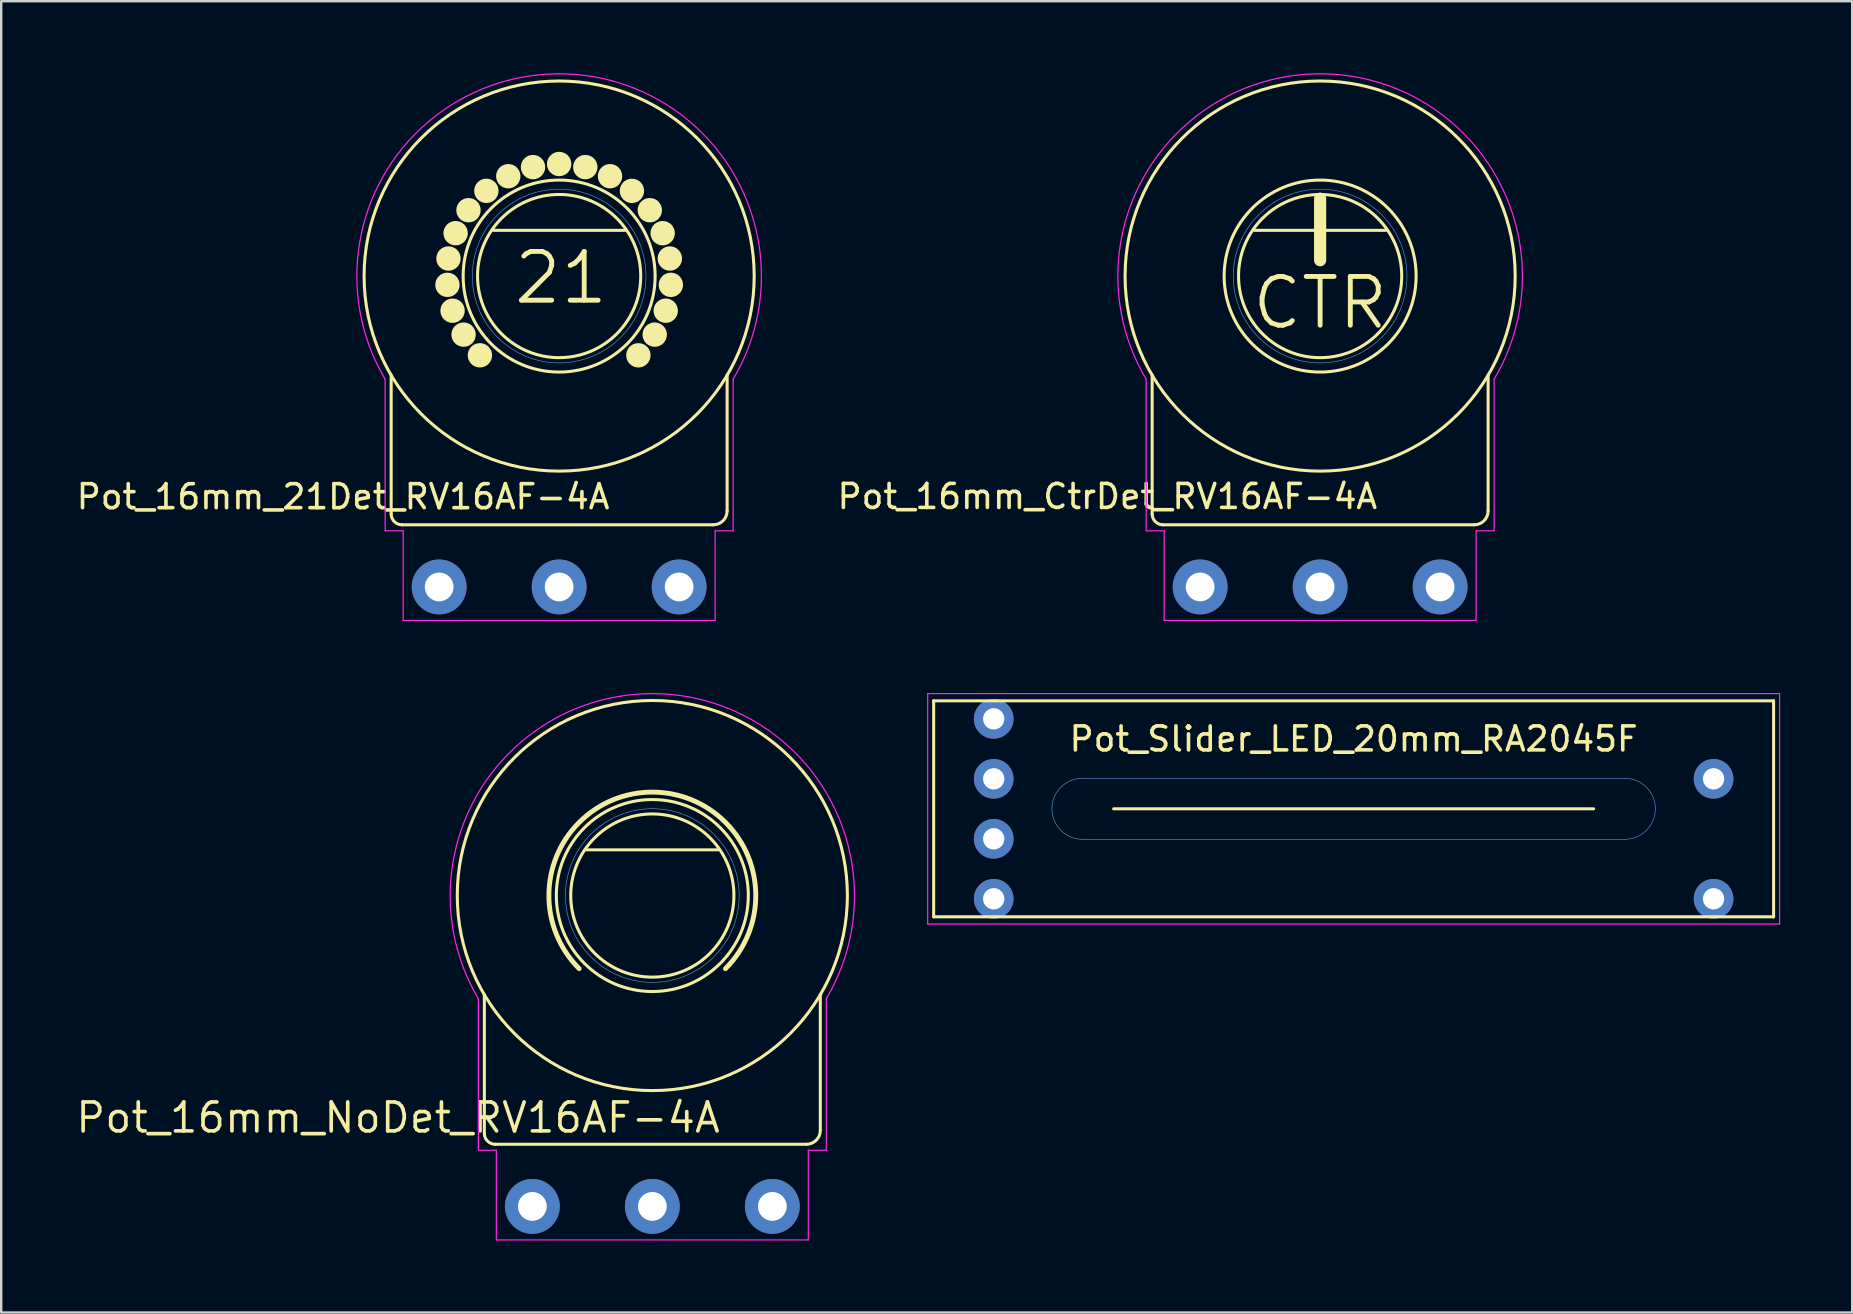
<source format=kicad_pcb>
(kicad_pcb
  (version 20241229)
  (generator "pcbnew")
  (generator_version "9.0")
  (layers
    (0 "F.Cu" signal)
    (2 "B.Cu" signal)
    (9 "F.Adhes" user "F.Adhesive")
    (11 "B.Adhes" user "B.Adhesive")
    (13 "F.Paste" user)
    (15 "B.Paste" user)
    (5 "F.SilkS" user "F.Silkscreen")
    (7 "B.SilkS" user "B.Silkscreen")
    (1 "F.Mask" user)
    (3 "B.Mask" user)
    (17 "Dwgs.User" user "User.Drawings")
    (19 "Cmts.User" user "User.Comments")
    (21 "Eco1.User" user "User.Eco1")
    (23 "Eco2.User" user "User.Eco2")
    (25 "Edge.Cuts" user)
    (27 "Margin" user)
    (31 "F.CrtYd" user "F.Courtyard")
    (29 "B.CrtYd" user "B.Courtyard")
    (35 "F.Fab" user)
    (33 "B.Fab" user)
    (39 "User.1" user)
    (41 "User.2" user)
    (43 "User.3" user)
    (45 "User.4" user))
  (footprint "Pot_16mm_21Det_RV16AF-4A"
    (layer "F.Cu")
    (at 20.25 8.454)
    (property "Reference" "Pot_16mm_21Det_RV16AF-4A" (at 2.19 8.61 0) (layer "F.SilkS") (effects (font (size 1 1) (thickness 0.15)) (justify right top)))
    (attr through_hole)
    (fp_line (start -7 4.127) (end -7 9.912) (stroke (width 0.127) (type solid)) (layer "F.SilkS"))
    (fp_line (start -6.547 10.365) (end 6.42 10.365) (stroke (width 0.127) (type solid)) (layer "F.SilkS"))
    (fp_line (start -2.738 -1.905) (end 2.738 -1.905) (stroke (width 0.127) (type solid)) (layer "F.SilkS"))
    (fp_line (start 7 9.785) (end 7 4.127) (stroke (width 0.127) (type solid)) (layer "F.SilkS"))
    (fp_arc (start -6.546894 10.365) (mid -6.867288 10.232288) (end -7 9.911894) (stroke (width 0.127) (type solid)) (layer "F.SilkS"))
    (fp_arc (start 7 9.784894) (mid 6.830091 10.195091) (end 6.419894 10.365) (stroke (width 0.127) (type solid)) (layer "F.SilkS"))
    (fp_circle (center -4.655 0.366) (end -4.655 0.62) (stroke (width 0.508) (type solid)) (fill no) (layer "F.SilkS"))
    (fp_circle (center -4.612 -0.731) (end -4.612 -0.477) (stroke (width 0.508) (type solid)) (fill no) (layer "F.SilkS"))
    (fp_circle (center -4.441 1.443) (end -4.441 1.697) (stroke (width 0.508) (type solid)) (fill no) (layer "F.SilkS"))
    (fp_circle (center -4.314 -1.787) (end -4.314 -1.533) (stroke (width 0.508) (type solid)) (fill no) (layer "F.SilkS"))
    (fp_circle (center -3.982 2.44) (end -3.982 2.694) (stroke (width 0.508) (type solid)) (fill no) (layer "F.SilkS"))
    (fp_circle (center -3.778 -2.745) (end -3.778 -2.491) (stroke (width 0.508) (type solid)) (fill no) (layer "F.SilkS"))
    (fp_circle (center -3.302 3.302) (end -3.302 3.556) (stroke (width 0.508) (type solid)) (fill no) (layer "F.SilkS"))
    (fp_circle (center -3.033 -3.551) (end -3.033 -3.297) (stroke (width 0.508) (type solid)) (fill no) (layer "F.SilkS"))
    (fp_circle (center -2.12 -4.161) (end -2.12 -3.907) (stroke (width 0.508) (type solid)) (fill no) (layer "F.SilkS"))
    (fp_circle (center -1.09 -4.541) (end -1.09 -4.287) (stroke (width 0.508) (type solid)) (fill no) (layer "F.SilkS"))
    (fp_circle (center 0 -4.67) (end 0 -4.416) (stroke (width 0.508) (type solid)) (fill no) (layer "F.SilkS"))
    (fp_circle (center 0 0) (end 3.4 0) (stroke (width 0.127) (type solid)) (fill no) (layer "F.SilkS"))
    (fp_circle (center 0 0) (end 4 0) (stroke (width 0.127) (type solid)) (fill no) (layer "F.SilkS"))
    (fp_circle (center 0 0) (end 8.128 0) (stroke (width 0.127) (type solid)) (fill no) (layer "F.SilkS"))
    (fp_circle (center 1.09 -4.541) (end 1.09 -4.287) (stroke (width 0.508) (type solid)) (fill no) (layer "F.SilkS"))
    (fp_circle (center 2.12 -4.161) (end 2.12 -3.907) (stroke (width 0.508) (type solid)) (fill no) (layer "F.SilkS"))
    (fp_circle (center 3.033 -3.551) (end 3.033 -3.297) (stroke (width 0.508) (type solid)) (fill no) (layer "F.SilkS"))
    (fp_circle (center 3.302 3.302) (end 3.302 3.556) (stroke (width 0.508) (type solid)) (fill no) (layer "F.SilkS"))
    (fp_circle (center 3.778 -2.745) (end 3.778 -2.491) (stroke (width 0.508) (type solid)) (fill no) (layer "F.SilkS"))
    (fp_circle (center 3.982 2.44) (end 3.982 2.694) (stroke (width 0.508) (type solid)) (fill no) (layer "F.SilkS"))
    (fp_circle (center 4.314 -1.787) (end 4.314 -1.533) (stroke (width 0.508) (type solid)) (fill no) (layer "F.SilkS"))
    (fp_circle (center 4.441 1.443) (end 4.441 1.697) (stroke (width 0.508) (type solid)) (fill no) (layer "F.SilkS"))
    (fp_circle (center 4.612 -0.731) (end 4.612 -0.477) (stroke (width 0.508) (type solid)) (fill no) (layer "F.SilkS"))
    (fp_circle (center 4.655 0.366) (end 4.655 0.62) (stroke (width 0.508) (type solid)) (fill no) (layer "F.SilkS"))
    (fp_circle (center 0 0) (end 3.619 0) (stroke (width 0.025) (type solid)) (fill no) (layer "Cmts.User"))
    (fp_line (start -7.25 4.3) (end -7.25 10.615) (stroke (width 0.05) (type solid)) (layer "F.CrtYd"))
    (fp_line (start -7.25 10.615) (end -6.5 10.615) (stroke (width 0.05) (type solid)) (layer "F.CrtYd"))
    (fp_line (start -6.5 10.615) (end -6.5 14.35) (stroke (width 0.05) (type solid)) (layer "F.CrtYd"))
    (fp_line (start -6.5 14.35) (end 6.5 14.35) (stroke (width 0.05) (type solid)) (layer "F.CrtYd"))
    (fp_line (start 6.5 10.615) (end 7.25 10.615) (stroke (width 0.05) (type solid)) (layer "F.CrtYd"))
    (fp_line (start 6.5 14.35) (end 6.5 10.615) (stroke (width 0.05) (type solid)) (layer "F.CrtYd"))
    (fp_line (start 7.25 10.615) (end 7.25 4.3) (stroke (width 0.05) (type solid)) (layer "F.CrtYd"))
    (fp_arc (start -7.249999 4.3) (mid 0 -8.429264) (end 7.249999 4.299999) (stroke (width 0.05) (type solid)) (layer "F.CrtYd"))
    (fp_text user "21" (at 0.076 0.076 0) (layer "F.SilkS") (effects (font (size 2.032 2.032) (thickness 0.203))))
    (pad "1" thru_hole circle (at -5 12.954 90) (size 2.286 2.286) (drill 1.2) (layers "*.Cu" "*.Mask"))
    (pad "2" thru_hole circle (at 0 12.954 90) (size 2.286 2.286) (drill 1.2) (layers "*.Cu" "*.Mask"))
    (pad "3" thru_hole circle (at 5 12.954 90) (size 2.286 2.286) (drill 1.2) (layers "*.Cu" "*.Mask")))
  (footprint "Pot_Slider_LED_20mm_RA2045F"
    (layer "F.Cu")
    (at 53.357 30.654)
    (property "Reference" "Pot_Slider_LED_20mm_RA2045F" (at 0 -2.91 0) (layer "F.SilkS") (effects (font (size 1 1) (thickness 0.15))))
    (attr exclude_from_pos_files exclude_from_bom)
    (fp_line (start -17.5 -4.5) (end -17.5 4.5) (stroke (width 0.127) (type solid)) (layer "F.SilkS"))
    (fp_line (start -17.5 4.5) (end 17.5 4.5) (stroke (width 0.127) (type solid)) (layer "F.SilkS"))
    (fp_line (start -10 0) (end 10 0) (stroke (width 0.127) (type solid)) (layer "F.SilkS"))
    (fp_line (start 17.5 -4.5) (end -17.5 -4.5) (stroke (width 0.127) (type solid)) (layer "F.SilkS"))
    (fp_line (start 17.5 4.5) (end 17.5 -4.5) (stroke (width 0.127) (type solid)) (layer "F.SilkS"))
    (fp_line (start 11.303 -1.27) (end -11.303 -1.27) (stroke (width 0.025) (type solid)) (layer "Cmts.User"))
    (fp_line (start 11.303 1.27) (end -11.303 1.27) (stroke (width 0.025) (type solid)) (layer "Cmts.User"))
    (fp_arc (start -11.303 1.27) (mid -12.573 0) (end -11.303 -1.27) (stroke (width 0.0254) (type solid)) (layer "Cmts.User"))
    (fp_arc (start 11.303 -1.27) (mid 12.573 0) (end 11.303 1.27) (stroke (width 0.0254) (type solid)) (layer "Cmts.User"))
    (fp_line (start -17.75 -4.8) (end -17.75 4.8) (stroke (width 0.05) (type solid)) (layer "F.CrtYd"))
    (fp_line (start -17.75 4.8) (end 17.75 4.8) (stroke (width 0.05) (type solid)) (layer "F.CrtYd"))
    (fp_line (start 17.75 -4.8) (end -17.75 -4.8) (stroke (width 0.05) (type solid)) (layer "F.CrtYd"))
    (fp_line (start 17.75 4.8) (end 17.75 -4.8) (stroke (width 0.05) (type solid)) (layer "F.CrtYd"))
    (pad "LEDA" thru_hole circle (at 14.999 3.749) (size 1.651 1.651) (drill 0.889) (layers "*.Cu" "*.Mask"))
    (pad "LEDC" thru_hole circle (at -14.999 3.749) (size 1.651 1.651) (drill 0.889) (layers "*.Cu" "*.Mask"))
    (pad "NC" thru_hole circle (at -14.999 1.25) (size 1.651 1.651) (drill 0.889) (layers "*.Cu" "*.Mask"))
    (pad "P1" thru_hole circle (at -14.999 -1.25) (size 1.651 1.651) (drill 0.889) (layers "*.Cu" "*.Mask"))
    (pad "P2" thru_hole circle (at -14.999 -3.749) (size 1.651 1.651) (drill 0.889) (layers "*.Cu" "*.Mask"))
    (pad "P3" thru_hole circle (at 14.999 -1.25) (size 1.651 1.651) (drill 0.889) (layers "*.Cu" "*.Mask")))
  (footprint "Pot_16mm_NoDet_RV16AF-4A"
    (layer "F.Cu")
    (at 24.133 34.268)
    (property "Reference" "Pot_16mm_NoDet_RV16AF-4A" (at 2.913 8.551 0) (layer "F.SilkS") (effects (font (size 1.206 1.206) (thickness 0.152)) (justify right top)))
    (attr through_hole)
    (fp_line (start -7 4.127) (end -7 9.912) (stroke (width 0.127) (type solid)) (layer "F.SilkS"))
    (fp_line (start -6.547 10.365) (end 6.42 10.365) (stroke (width 0.127) (type solid)) (layer "F.SilkS"))
    (fp_line (start -2.738 -1.905) (end 2.738 -1.905) (stroke (width 0.127) (type solid)) (layer "F.SilkS"))
    (fp_line (start 7 9.785) (end 7 4.127) (stroke (width 0.127) (type solid)) (layer "F.SilkS"))
    (fp_arc (start -6.546894 10.365) (mid -6.867288 10.232288) (end -7 9.911894) (stroke (width 0.127) (type solid)) (layer "F.SilkS"))
    (fp_arc (start -3.048 3.048) (mid 0 -4.310523) (end 3.048 3.048) (stroke (width 0.2032) (type solid)) (layer "F.SilkS"))
    (fp_arc (start 7 9.784894) (mid 6.830091 10.195091) (end 6.419894 10.365) (stroke (width 0.127) (type solid)) (layer "F.SilkS"))
    (fp_circle (center 0 0) (end 3.4 0) (stroke (width 0.127) (type solid)) (fill no) (layer "F.SilkS"))
    (fp_circle (center 0 0) (end 4 0) (stroke (width 0.127) (type solid)) (fill no) (layer "F.SilkS"))
    (fp_circle (center 0 0) (end 8.128 0) (stroke (width 0.127) (type solid)) (fill no) (layer "F.SilkS"))
    (fp_circle (center 0 0) (end 3.619 0) (stroke (width 0.025) (type solid)) (fill no) (layer "Cmts.User"))
    (fp_line (start -7.25 4.3) (end -7.25 10.615) (stroke (width 0.05) (type solid)) (layer "F.CrtYd"))
    (fp_line (start -7.25 10.615) (end -6.5 10.615) (stroke (width 0.05) (type solid)) (layer "F.CrtYd"))
    (fp_line (start -6.5 10.615) (end -6.5 14.35) (stroke (width 0.05) (type solid)) (layer "F.CrtYd"))
    (fp_line (start 6.5 10.615) (end 7.25 10.615) (stroke (width 0.05) (type solid)) (layer "F.CrtYd"))
    (fp_line (start 6.5 14.35) (end -6.5 14.35) (stroke (width 0.05) (type solid)) (layer "F.CrtYd"))
    (fp_line (start 6.5 14.35) (end 6.5 10.615) (stroke (width 0.05) (type solid)) (layer "F.CrtYd"))
    (fp_line (start 7.25 4.3) (end 7.25 10.615) (stroke (width 0.05) (type solid)) (layer "F.CrtYd"))
    (fp_arc (start -7.249999 4.3) (mid 0 -8.414167) (end 7.249999 4.299999) (stroke (width 0.05) (type solid)) (layer "F.CrtYd"))
    (pad "1" thru_hole circle (at -5 12.954 90) (size 2.286 2.286) (drill 1.2) (layers "*.Cu" "*.Mask"))
    (pad "2" thru_hole circle (at 0 12.954 90) (size 2.286 2.286) (drill 1.2) (layers "*.Cu" "*.Mask"))
    (pad "3" thru_hole circle (at 5 12.954 90) (size 2.286 2.286) (drill 1.2) (layers "*.Cu" "*.Mask")))
  (footprint "Pot_16mm_CtrDet_RV16AF-4A"
    (layer "F.Cu")
    (at 51.961 8.454)
    (property "Reference" "Pot_16mm_CtrDet_RV16AF-4A" (at 2.47 8.6 0) (layer "F.SilkS") (effects (font (size 1 1) (thickness 0.15)) (justify right top)))
    (attr through_hole)
    (fp_line (start -7 4.127) (end -7 9.912) (stroke (width 0.127) (type solid)) (layer "F.SilkS"))
    (fp_line (start -6.547 10.365) (end 6.42 10.365) (stroke (width 0.127) (type solid)) (layer "F.SilkS"))
    (fp_line (start -2.738 -1.905) (end 2.738 -1.905) (stroke (width 0.127) (type solid)) (layer "F.SilkS"))
    (fp_line (start 0 -3.226) (end 0 -0.66) (stroke (width 0.508) (type solid)) (layer "F.SilkS"))
    (fp_line (start 7 9.785) (end 7 4.127) (stroke (width 0.127) (type solid)) (layer "F.SilkS"))
    (fp_arc (start -6.546894 10.365) (mid -6.867288 10.232288) (end -7 9.911894) (stroke (width 0.127) (type solid)) (layer "F.SilkS"))
    (fp_arc (start 7 9.784894) (mid 6.830091 10.195091) (end 6.419894 10.365) (stroke (width 0.127) (type solid)) (layer "F.SilkS"))
    (fp_circle (center 0 0) (end 3.4 0) (stroke (width 0.127) (type solid)) (fill no) (layer "F.SilkS"))
    (fp_circle (center 0 0) (end 4 0) (stroke (width 0.127) (type solid)) (fill no) (layer "F.SilkS"))
    (fp_circle (center 0 0) (end 8.128 0) (stroke (width 0.127) (type solid)) (fill no) (layer "F.SilkS"))
    (fp_circle (center 0 0) (end 3.619 0) (stroke (width 0.025) (type solid)) (fill no) (layer "Cmts.User"))
    (fp_line (start -7.25 4.3) (end -7.25 10.615) (stroke (width 0.05) (type solid)) (layer "F.CrtYd"))
    (fp_line (start -7.25 10.615) (end -6.5 10.615) (stroke (width 0.05) (type solid)) (layer "F.CrtYd"))
    (fp_line (start -6.5 10.615) (end -6.5 14.35) (stroke (width 0.05) (type solid)) (layer "F.CrtYd"))
    (fp_line (start -6.5 14.35) (end 6.5 14.35) (stroke (width 0.05) (type solid)) (layer "F.CrtYd"))
    (fp_line (start 6.5 10.615) (end 7.25 10.615) (stroke (width 0.05) (type solid)) (layer "F.CrtYd"))
    (fp_line (start 6.5 14.35) (end 6.5 10.615) (stroke (width 0.05) (type solid)) (layer "F.CrtYd"))
    (fp_line (start 7.25 10.615) (end 7.25 4.3) (stroke (width 0.05) (type solid)) (layer "F.CrtYd"))
    (fp_arc (start -7.249999 4.3) (mid 0 -8.429264) (end 7.249999 4.299999) (stroke (width 0.05) (type solid)) (layer "F.CrtYd"))
    (fp_text user "CTR" (at 0 1.118 0) (layer "F.SilkS") (effects (font (size 2.032 2.032) (thickness 0.203))))
    (pad "1" thru_hole circle (at -5 12.954 90) (size 2.286 2.286) (drill 1.2) (layers "*.Cu" "*.Mask"))
    (pad "2" thru_hole circle (at 0 12.954 90) (size 2.286 2.286) (drill 1.2) (layers "*.Cu" "*.Mask"))
    (pad "3" thru_hole circle (at 5 12.954 90) (size 2.286 2.286) (drill 1.2) (layers "*.Cu" "*.Mask")))
  (gr_rect
    (start -3 -3)
    (end 74.132 51.643)
    (stroke (width 0.1) (type default))
    (fill no)
    (layer "Edge.Cuts")))
</source>
